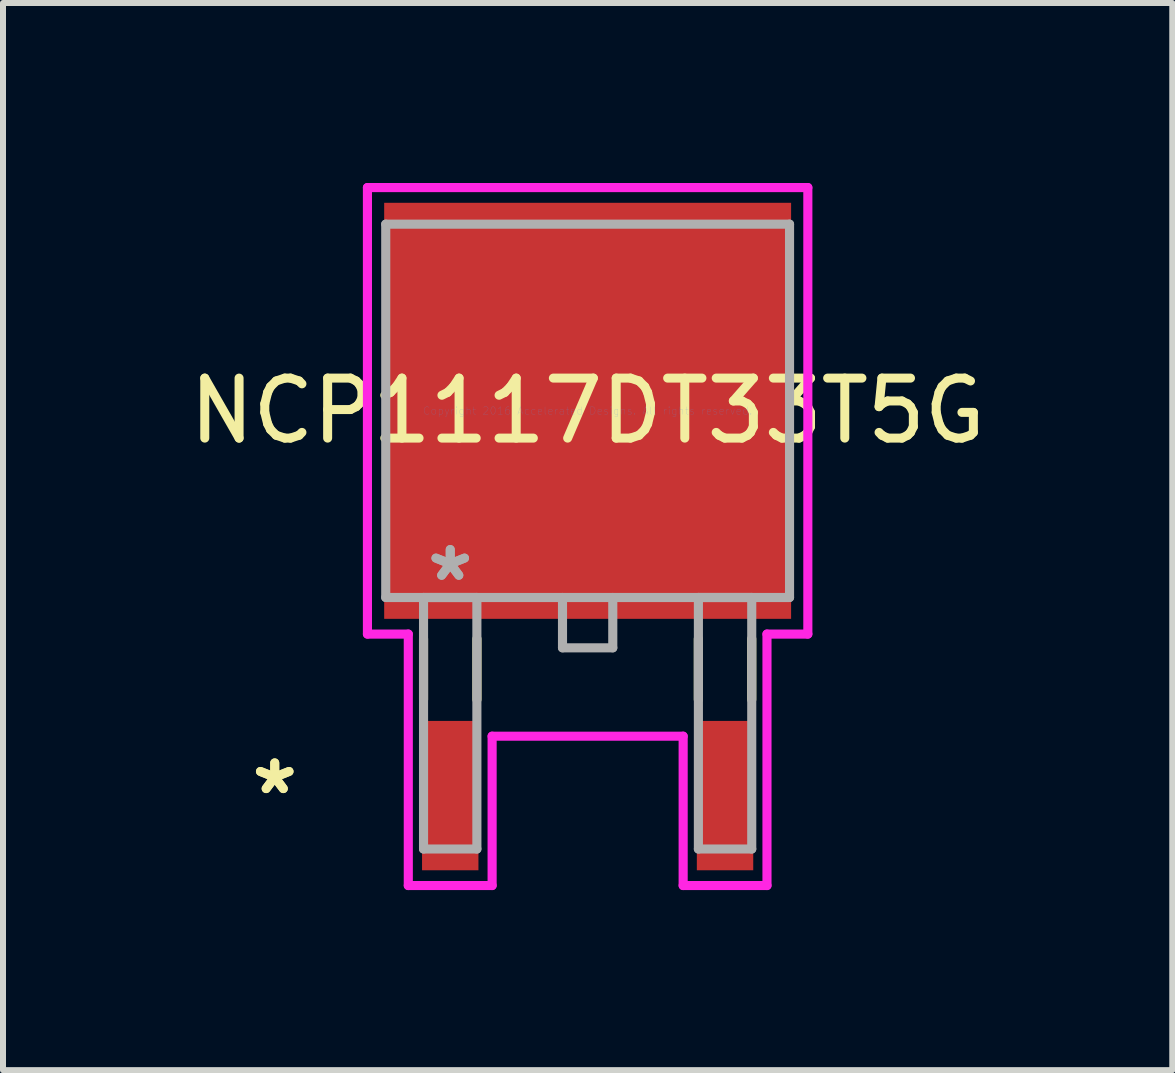
<source format=kicad_pcb>
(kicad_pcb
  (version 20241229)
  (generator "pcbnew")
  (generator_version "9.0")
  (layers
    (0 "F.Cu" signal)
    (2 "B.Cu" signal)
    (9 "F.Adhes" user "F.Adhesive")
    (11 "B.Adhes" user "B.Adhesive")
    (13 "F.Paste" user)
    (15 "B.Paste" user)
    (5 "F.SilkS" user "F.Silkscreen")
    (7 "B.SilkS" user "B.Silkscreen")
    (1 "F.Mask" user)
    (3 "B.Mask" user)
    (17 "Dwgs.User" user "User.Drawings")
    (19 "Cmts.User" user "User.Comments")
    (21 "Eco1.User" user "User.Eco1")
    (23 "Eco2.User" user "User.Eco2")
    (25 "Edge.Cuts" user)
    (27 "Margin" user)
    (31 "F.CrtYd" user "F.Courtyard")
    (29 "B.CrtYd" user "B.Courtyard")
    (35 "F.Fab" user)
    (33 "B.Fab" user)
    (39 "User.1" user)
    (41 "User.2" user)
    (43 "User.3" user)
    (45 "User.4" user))
  (footprint "NCP1117DT33T5G"
    (layer "F.Cu")
    (at 6.744 3.797)
    (property "Reference" "NCP1117DT33T5G" (at 0 0 0) (layer "F.SilkS") (effects (font (size 1 1) (thickness 0.15))))
    (attr through_hole)
    (fp_line (start -2.735 3.8) (end -2.735 4.813) (stroke (width 0.152) (type solid)) (layer "F.SilkS"))
    (fp_line (start -1.845 3.8) (end -1.845 4.813) (stroke (width 0.152) (type solid)) (layer "F.SilkS"))
    (fp_line (start 1.845 3.8) (end 1.845 4.813) (stroke (width 0.152) (type solid)) (layer "F.SilkS"))
    (fp_line (start 2.735 3.8) (end 2.735 4.813) (stroke (width 0.152) (type solid)) (layer "F.SilkS"))
    (fp_line (start -3.67 -3.721) (end 3.67 -3.721) (stroke (width 0.152) (type solid)) (layer "F.CrtYd"))
    (fp_line (start -3.67 3.721) (end -3.67 -3.721) (stroke (width 0.152) (type solid)) (layer "F.CrtYd"))
    (fp_line (start -2.989 3.721) (end -3.67 3.721) (stroke (width 0.152) (type solid)) (layer "F.CrtYd"))
    (fp_line (start -2.989 7.912) (end -2.989 3.721) (stroke (width 0.152) (type solid)) (layer "F.CrtYd"))
    (fp_line (start -1.592 5.423) (end -1.592 7.912) (stroke (width 0.152) (type solid)) (layer "F.CrtYd"))
    (fp_line (start -1.592 7.912) (end -2.989 7.912) (stroke (width 0.152) (type solid)) (layer "F.CrtYd"))
    (fp_line (start 1.592 5.423) (end -1.592 5.423) (stroke (width 0.152) (type solid)) (layer "F.CrtYd"))
    (fp_line (start 1.592 7.912) (end 1.592 5.423) (stroke (width 0.152) (type solid)) (layer "F.CrtYd"))
    (fp_line (start 2.989 3.721) (end 2.989 7.912) (stroke (width 0.152) (type solid)) (layer "F.CrtYd"))
    (fp_line (start 2.989 7.912) (end 1.592 7.912) (stroke (width 0.152) (type solid)) (layer "F.CrtYd"))
    (fp_line (start 3.67 -3.721) (end 3.67 3.721) (stroke (width 0.152) (type solid)) (layer "F.CrtYd"))
    (fp_line (start 3.67 3.721) (end 2.989 3.721) (stroke (width 0.152) (type solid)) (layer "F.CrtYd"))
    (fp_line (start -3.365 -3.111) (end -3.365 3.111) (stroke (width 0.152) (type solid)) (layer "F.Fab"))
    (fp_line (start -3.365 3.111) (end 3.365 3.111) (stroke (width 0.152) (type solid)) (layer "F.Fab"))
    (fp_line (start -2.735 3.111) (end -2.735 7.303) (stroke (width 0.152) (type solid)) (layer "F.Fab"))
    (fp_line (start -2.735 7.303) (end -1.846 7.303) (stroke (width 0.152) (type solid)) (layer "F.Fab"))
    (fp_line (start -1.846 3.111) (end -2.735 3.111) (stroke (width 0.152) (type solid)) (layer "F.Fab"))
    (fp_line (start -1.846 7.303) (end -1.846 3.111) (stroke (width 0.152) (type solid)) (layer "F.Fab"))
    (fp_line (start -0.419 3.111) (end -0.419 3.95) (stroke (width 0.152) (type solid)) (layer "F.Fab"))
    (fp_line (start -0.419 3.95) (end 0.419 3.95) (stroke (width 0.152) (type solid)) (layer "F.Fab"))
    (fp_line (start 0.419 3.95) (end 0.419 3.111) (stroke (width 0.152) (type solid)) (layer "F.Fab"))
    (fp_line (start 1.846 3.111) (end 1.846 7.303) (stroke (width 0.152) (type solid)) (layer "F.Fab"))
    (fp_line (start 1.846 7.303) (end 2.735 7.303) (stroke (width 0.152) (type solid)) (layer "F.Fab"))
    (fp_line (start 2.735 3.111) (end 1.846 3.111) (stroke (width 0.152) (type solid)) (layer "F.Fab"))
    (fp_line (start 2.735 7.303) (end 2.735 3.111) (stroke (width 0.152) (type solid)) (layer "F.Fab"))
    (fp_line (start 3.365 -3.111) (end -3.365 -3.111) (stroke (width 0.152) (type solid)) (layer "F.Fab"))
    (fp_line (start 3.365 3.111) (end 3.365 -3.111) (stroke (width 0.152) (type solid)) (layer "F.Fab"))
    (fp_text user "*" (at -5.215 6.413 0) (layer "F.SilkS") (effects (font (size 1 1) (thickness 0.15))))
    (fp_text user "*" (at -5.215 6.413 0) (layer "F.SilkS") (effects (font (size 1 1) (thickness 0.15))))
    (fp_text user "Copyright 2016 Accelerated Designs. All rights reserved." (at 0 0 0) (layer "Cmts.User") (effects (font (size 0.127 0.127) (thickness 0.002))))
    (fp_text user "*" (at -2.29 2.857 0) (layer "F.Fab") (effects (font (size 1 1) (thickness 0.15))))
    (fp_text user "*" (at -2.29 2.857 0) (layer "F.Fab") (effects (font (size 1 1) (thickness 0.15))))
    (pad "1" smd rect (at -2.29 6.413) (size 0.94 2.489) (layers "F.Cu" "F.Mask" "F.Paste"))
    (pad "2" smd rect (at 0 0) (size 6.782 6.934) (layers "F.Cu" "F.Mask" "F.Paste"))
    (pad "3" smd rect (at 2.29 6.413) (size 0.94 2.489) (layers "F.Cu" "F.Mask" "F.Paste")))
  (gr_rect
    (start -3 -3)
    (end 16.488 14.786)
    (stroke (width 0.1) (type default))
    (fill no)
    (layer "Edge.Cuts")))
</source>
